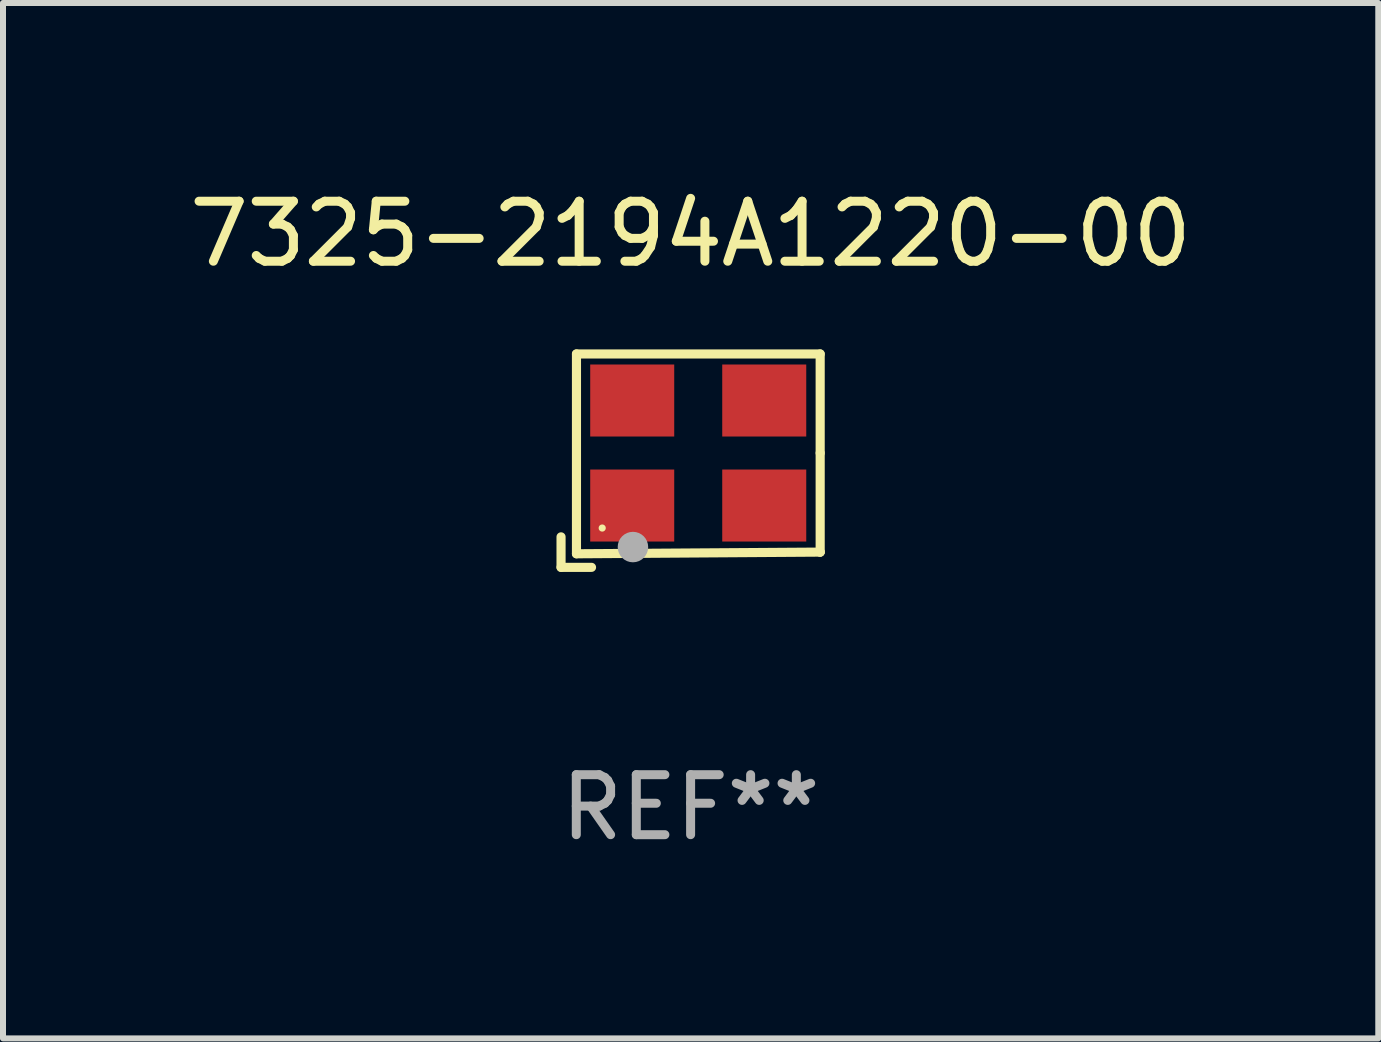
<source format=kicad_pcb>
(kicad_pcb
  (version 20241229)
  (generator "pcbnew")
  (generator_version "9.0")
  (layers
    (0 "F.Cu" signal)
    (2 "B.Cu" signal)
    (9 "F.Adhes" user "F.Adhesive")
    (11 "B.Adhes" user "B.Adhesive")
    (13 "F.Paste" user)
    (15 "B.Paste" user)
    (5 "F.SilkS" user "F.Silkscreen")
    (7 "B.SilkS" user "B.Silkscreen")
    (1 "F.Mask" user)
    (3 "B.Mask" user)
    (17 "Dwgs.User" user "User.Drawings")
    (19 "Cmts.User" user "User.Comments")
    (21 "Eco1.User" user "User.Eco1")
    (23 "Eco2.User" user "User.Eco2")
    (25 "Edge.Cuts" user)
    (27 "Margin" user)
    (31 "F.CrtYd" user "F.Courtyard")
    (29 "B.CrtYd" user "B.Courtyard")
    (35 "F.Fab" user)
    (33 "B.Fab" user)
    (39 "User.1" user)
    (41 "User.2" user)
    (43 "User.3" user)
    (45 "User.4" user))
  (footprint "7325-2194A1220-00"
    (layer "F.Cu")
    (at 8.458 4.626)
    (property "Reference" "7325-2194A1220-00" (at 0 -3.778 0) (layer "F.SilkS") (effects (font (size 1 1) (thickness 0.15))))
    (attr through_hole)
    (fp_line (start -2.159 1.27) (end -2.159 1.778) (stroke (width 0.152) (type solid)) (layer "F.SilkS"))
    (fp_line (start -2.159 1.778) (end -1.651 1.778) (stroke (width 0.152) (type solid)) (layer "F.SilkS"))
    (fp_line (start -1.902 -1.778) (end 2.159 -1.778) (stroke (width 0.152) (type solid)) (layer "F.SilkS"))
    (fp_line (start -1.902 1.552) (end -1.902 -1.778) (stroke (width 0.152) (type solid)) (layer "F.SilkS"))
    (fp_line (start 2.159 -1.778) (end 2.159 -0.127) (stroke (width 0.152) (type solid)) (layer "F.SilkS"))
    (fp_line (start 2.159 -0.127) (end 2.159 1.524) (stroke (width 0.152) (type solid)) (layer "F.SilkS"))
    (fp_line (start 2.159 1.524) (end -1.902 1.552) (stroke (width 0.152) (type solid)) (layer "F.SilkS"))
    (fp_line (start 2.159 1.524) (end 2.159 1.524) (stroke (width 0.152) (type solid)) (layer "F.SilkS"))
    (fp_circle (center -1.473 1.123) (end -1.443 1.123) (stroke (width 0.06) (type solid)) (fill no) (layer "F.SilkS"))
    (fp_circle (center -0.961 1.44) (end -0.834 1.44) (stroke (width 0.254) (type solid)) (fill no) (layer "F.Fab"))
    (fp_text user "REF**" (at 0 5.778 0) (layer "F.Fab") (effects (font (size 1 1) (thickness 0.15))))
    (pad "1" smd rect (at -0.973 0.748) (size 1.4 1.2) (layers "F.Cu" "F.Mask" "F.Paste"))
    (pad "2" smd rect (at 1.227 0.748) (size 1.4 1.2) (layers "F.Cu" "F.Mask" "F.Paste"))
    (pad "3" smd rect (at 1.227 -1.002) (size 1.4 1.2) (layers "F.Cu" "F.Mask" "F.Paste"))
    (pad "4" smd rect (at -0.973 -1.002) (size 1.4 1.2) (layers "F.Cu" "F.Mask" "F.Paste")))
  (gr_rect
    (start -3 -3)
    (end 19.917 14.253)
    (stroke (width 0.1) (type default))
    (fill no)
    (layer "Edge.Cuts")))
</source>
